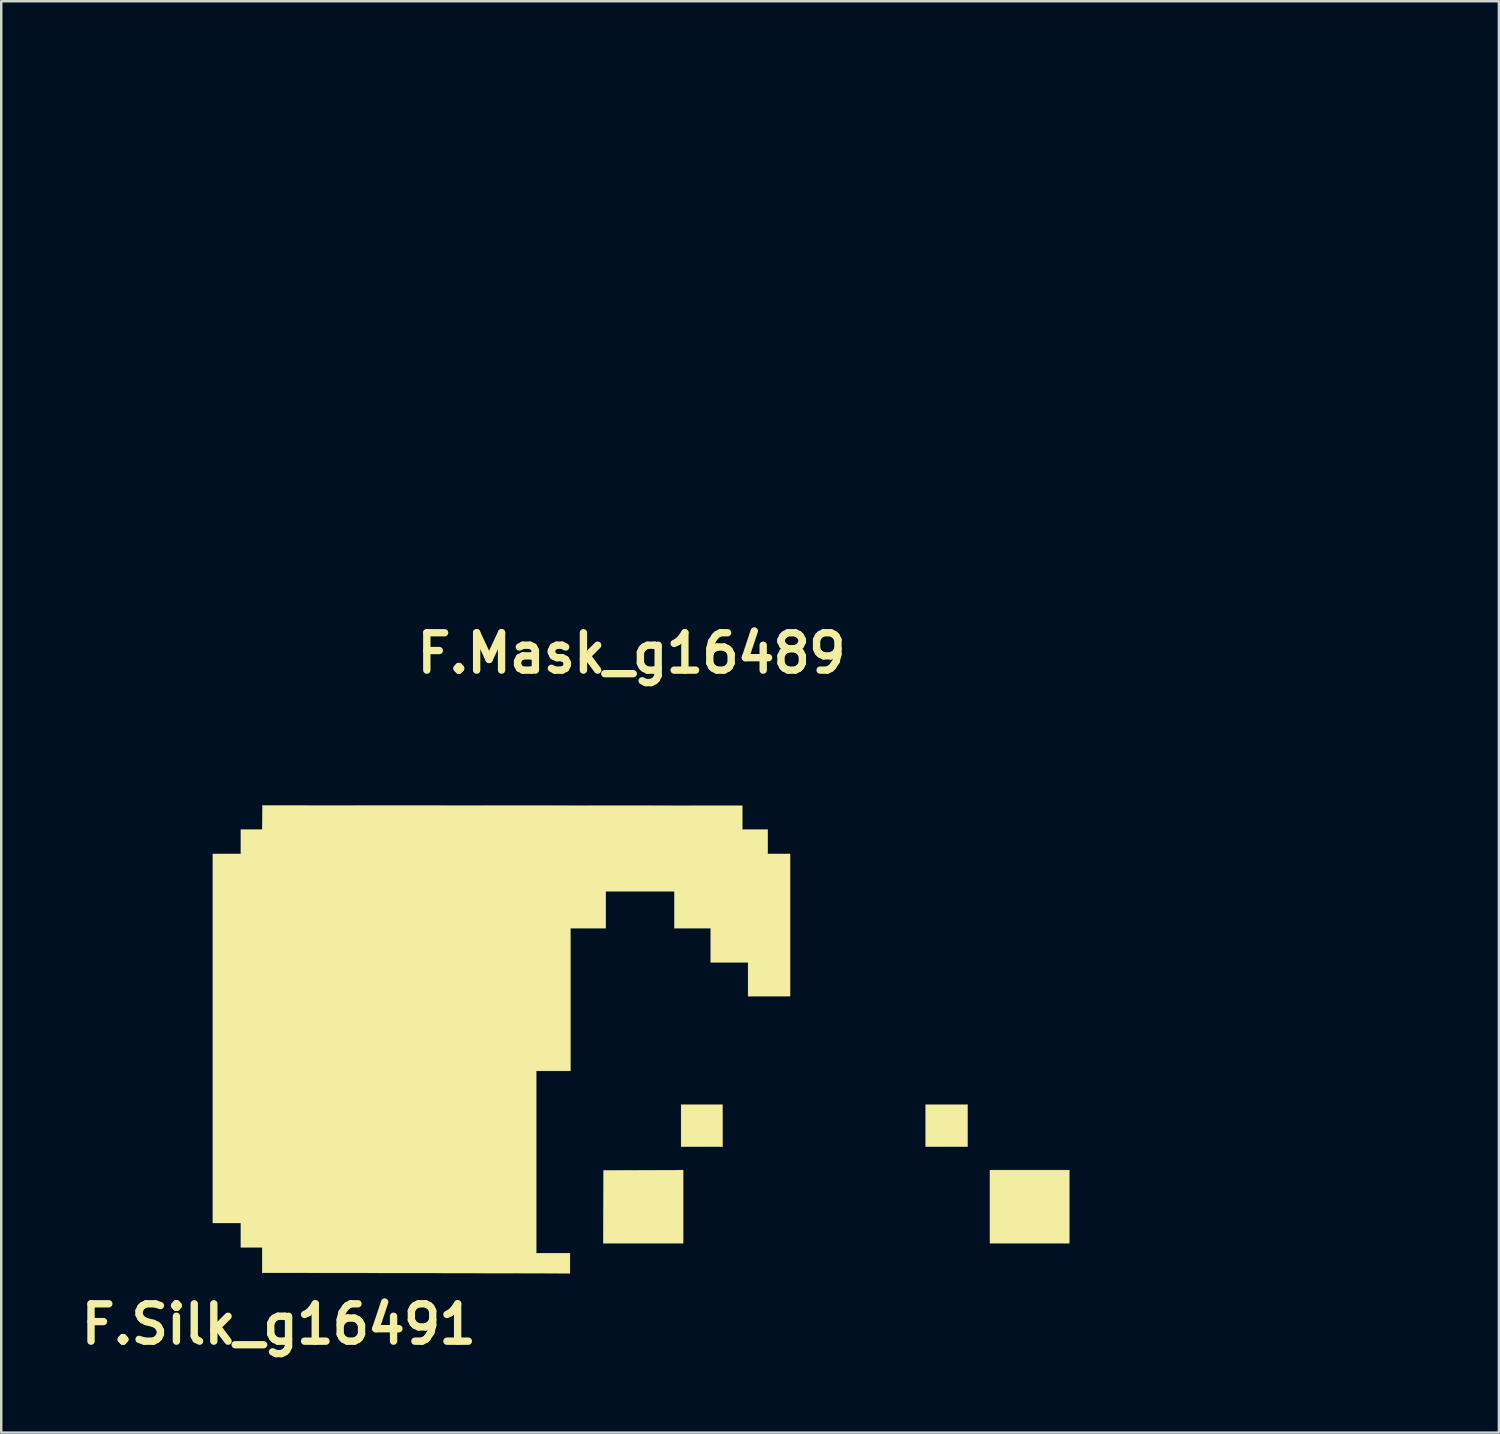
<source format=kicad_pcb>
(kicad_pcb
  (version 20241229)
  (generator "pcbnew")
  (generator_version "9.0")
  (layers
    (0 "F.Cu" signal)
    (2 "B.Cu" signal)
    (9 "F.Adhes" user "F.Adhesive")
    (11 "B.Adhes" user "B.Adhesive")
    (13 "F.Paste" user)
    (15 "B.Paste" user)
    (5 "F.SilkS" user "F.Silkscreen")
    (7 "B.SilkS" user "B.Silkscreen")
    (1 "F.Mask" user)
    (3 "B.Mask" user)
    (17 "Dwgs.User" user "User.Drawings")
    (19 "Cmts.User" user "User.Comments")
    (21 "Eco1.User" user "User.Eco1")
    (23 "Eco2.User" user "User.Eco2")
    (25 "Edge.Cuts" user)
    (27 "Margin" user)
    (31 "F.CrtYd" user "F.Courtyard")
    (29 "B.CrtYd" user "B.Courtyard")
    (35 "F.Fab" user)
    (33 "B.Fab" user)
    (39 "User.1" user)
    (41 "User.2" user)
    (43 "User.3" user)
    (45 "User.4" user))
  (footprint "F.Mask_g16489"
    (layer "F.Cu")
    (at 22.699 23.585)
    (property "Reference" "F.Mask_g16489" (at 0 0 0) (layer "F.SilkS") (effects (font (size 1.524 1.524) (thickness 0.3))))
    (attr through_hole)
    (fp_poly (pts (xy 20.489 3.196) (xy 17.335 3.196) (xy 17.335 1.587) (xy 20.489 1.587) (xy 20.489 3.196)) (stroke (width 0.01) (type solid)) (fill yes) (layer "F.Mask"))
    (fp_poly (pts (xy 28.067 3.196) (xy 24.913 3.196) (xy 24.913 1.587) (xy 28.067 1.587) (xy 28.067 3.196)) (stroke (width 0.01) (type solid)) (fill yes) (layer "F.Mask"))
    (fp_poly (pts (xy 6.646 3.106) (xy 6.58 3.119) (xy 6.548 3.122) (xy 6.478 3.124) (xy 6.372 3.126) (xy 6.235 3.127) (xy 6.069 3.129) (xy 5.88 3.13) (xy 5.669 3.131) (xy 5.441 3.132) (xy 5.199 3.133) (xy 5.024 3.133) (xy 3.535 3.133) (xy 3.535 1.545) (xy 6.646 1.545) (xy 6.646 3.106)) (stroke (width 0.01) (type solid)) (fill yes) (layer "F.Mask"))
    (fp_poly (pts (xy -2.371 1.545) (xy -1.058 1.545) (xy -1.058 1.9) (xy -1.057 2.042) (xy -1.055 2.211) (xy -1.052 2.391) (xy -1.048 2.567) (xy -1.044 2.683) (xy -1.03 3.111) (xy -4.078 3.111) (xy -4.092 2.06) (xy -4.095 1.833) (xy -4.098 1.601) (xy -4.1 1.373) (xy -4.102 1.154) (xy -4.104 0.952) (xy -4.105 0.774) (xy -4.106 0.625) (xy -4.106 0.536) (xy -4.106 0.064) (xy -2.371 0.064) (xy -2.371 1.545)) (stroke (width 0.01) (type solid)) (fill yes) (layer "F.Mask"))
    (fp_poly (pts (xy -5.551 -6.337) (xy -5.556 -5.472) (xy -6.482 -5.466) (xy -7.408 -5.461) (xy -7.408 -4.191) (xy -13.631 -4.191) (xy -13.631 -5.99) (xy -12.114 -5.99) (xy -12.1 -6.197) (xy -12.095 -6.29) (xy -12.091 -6.413) (xy -12.088 -6.553) (xy -12.087 -6.697) (xy -12.086 -6.776) (xy -12.086 -7.148) (xy -10.694 -7.162) (xy -10.445 -7.164) (xy -10.16 -7.167) (xy -9.846 -7.17) (xy -9.511 -7.172) (xy -9.161 -7.175) (xy -8.802 -7.178) (xy -8.443 -7.181) (xy -8.089 -7.184) (xy -7.748 -7.187) (xy -7.426 -7.189) (xy -7.424 -7.189) (xy -5.545 -7.203) (xy -5.551 -6.337)) (stroke (width 0.01) (type solid)) (fill yes) (layer "F.Mask"))
    (fp_poly (pts (xy 15.917 -14.668) (xy 17.505 -14.668) (xy 17.505 -13.377) (xy 19.029 -13.377) (xy 19.029 -11.917) (xy 24.807 -11.917) (xy 24.807 -13.695) (xy 26.374 -13.695) (xy 26.374 -14.499) (xy 28.046 -14.499) (xy 28.046 -16.044) (xy 30.776 -16.044) (xy 30.776 -10.075) (xy 32.364 -10.075) (xy 32.364 -3.154) (xy 30.797 -3.154) (xy 30.797 -1.672) (xy 29.062 -1.672) (xy 29.062 0.042) (xy 14.499 0.042) (xy 14.499 -1.672) (xy 13.102 -1.672) (xy 13.102 -3.154) (xy 11.853 -3.154) (xy 11.853 -4.424) (xy 17.653 -4.424) (xy 17.653 -1.884) (xy 27.347 -1.884) (xy 27.347 -4.424) (xy 26.12 -4.424) (xy 26.12 -3.069) (xy 23.114 -3.069) (xy 23.114 -4.424) (xy 21.886 -4.424) (xy 21.886 -3.069) (xy 18.881 -3.069) (xy 18.881 -4.424) (xy 17.653 -4.424) (xy 11.853 -4.424) (xy 11.853 -8.805) (xy 16.552 -8.805) (xy 16.552 -6.35) (xy 19.008 -6.35) (xy 19.008 -7.429) (xy 23.558 -7.429) (xy 23.558 -6.202) (xy 24.807 -6.202) (xy 24.807 -7.429) (xy 23.558 -7.429) (xy 19.008 -7.429) (xy 19.008 -8.805) (xy 26.522 -8.805) (xy 26.522 -6.35) (xy 28.935 -6.35) (xy 28.935 -8.805) (xy 26.522 -8.805) (xy 19.008 -8.805) (xy 16.552 -8.805) (xy 11.853 -8.805) (xy 11.853 -10.012) (xy 13.504 -10.012) (xy 13.504 -16.186) (xy 14.143 -16.2) (xy 14.342 -16.204) (xy 14.564 -16.207) (xy 14.793 -16.21) (xy 15.017 -16.212) (xy 15.222 -16.213) (xy 15.349 -16.214) (xy 15.917 -16.214) (xy 15.917 -14.668)) (stroke (width 0.01) (type solid)) (fill yes) (layer "F.Mask"))
    (fp_poly (pts (xy -5.551 -15.679) (xy -5.556 -8.689) (xy -8.821 -8.684) (xy -12.086 -8.678) (xy -12.086 -7.218) (xy -13.463 -7.218) (xy -13.75 -7.218) (xy -13.997 -7.217) (xy -14.206 -7.216) (xy -14.382 -7.215) (xy -14.525 -7.213) (xy -14.638 -7.211) (xy -14.724 -7.208) (xy -14.785 -7.204) (xy -14.825 -7.2) (xy -14.845 -7.195) (xy -14.849 -7.191) (xy -14.85 -7.166) (xy -14.852 -7.102) (xy -14.854 -7.003) (xy -14.855 -6.871) (xy -14.857 -6.711) (xy -14.859 -6.526) (xy -14.86 -6.319) (xy -14.862 -6.093) (xy -14.863 -5.853) (xy -14.864 -5.646) (xy -14.87 -4.127) (xy -14.007 -4.127) (xy -13.145 -4.128) (xy -13.145 -3.159) (xy -11.869 -3.146) (xy -11.648 -3.143) (xy -11.39 -3.141) (xy -11.102 -3.139) (xy -10.789 -3.137) (xy -10.458 -3.135) (xy -10.116 -3.133) (xy -9.766 -3.132) (xy -9.417 -3.13) (xy -9.074 -3.129) (xy -8.742 -3.128) (xy -8.599 -3.127) (xy -6.604 -3.122) (xy -6.604 -4.297) (xy -5.546 -4.297) (xy -5.546 2.731) (xy -12.277 2.731) (xy -12.277 1.291) (xy -15.896 1.291) (xy -15.896 2.731) (xy -19.6 2.731) (xy -19.6 1.291) (xy -22.694 1.291) (xy -22.681 -0.651) (xy -22.68 -0.821) (xy -22.678 -1.031) (xy -22.677 -1.28) (xy -22.676 -1.565) (xy -22.674 -1.884) (xy -22.672 -2.235) (xy -22.67 -2.616) (xy -22.668 -3.025) (xy -22.666 -3.461) (xy -22.664 -3.92) (xy -22.662 -4.402) (xy -22.66 -4.903) (xy -22.658 -5.422) (xy -22.655 -5.957) (xy -22.653 -6.506) (xy -22.651 -7.067) (xy -22.648 -7.637) (xy -22.646 -8.215) (xy -22.643 -8.799) (xy -22.641 -9.386) (xy -22.639 -9.975) (xy -22.638 -10.255) (xy -22.635 -10.849) (xy -22.633 -11.445) (xy -22.63 -12.04) (xy -22.628 -12.632) (xy -22.626 -13.22) (xy -22.623 -13.8) (xy -22.621 -14.372) (xy -22.618 -14.932) (xy -22.616 -15.478) (xy -22.614 -16.009) (xy -22.611 -16.522) (xy -22.609 -17.015) (xy -22.607 -17.486) (xy -22.605 -17.933) (xy -22.603 -18.353) (xy -22.601 -18.745) (xy -22.6 -19.105) (xy -22.598 -19.433) (xy -22.596 -19.726) (xy -22.595 -19.981) (xy -22.594 -20.197) (xy -22.594 -20.262) (xy -22.58 -22.606) (xy -16.743 -22.606) (xy -16.743 -21.124) (xy -12.171 -21.124) (xy -12.171 -22.669) (xy -5.546 -22.669) (xy -5.551 -15.679)) (stroke (width 0.01) (type solid)) (fill yes) (layer "F.Mask"))
    (fp_poly (pts (xy 22.416 -22.458) (xy 23.495 -22.458) (xy 23.495 -13.377) (xy 19.135 -13.377) (xy 19.135 -14.753) (xy 17.611 -14.753) (xy 17.611 -16.15) (xy 16.129 -16.15) (xy 16.129 -17.653) (xy 13.335 -17.653) (xy 13.335 -16.15) (xy 11.896 -16.15) (xy 11.896 -10.329) (xy 10.499 -10.329) (xy 10.499 -2.9) (xy 11.874 -2.9) (xy 11.874 -1.524) (xy 13.399 -1.524) (xy 13.399 -0.064) (xy 11.7 -0.069) (xy 11.532 -0.069) (xy 11.325 -0.07) (xy 11.08 -0.07) (xy 10.8 -0.071) (xy 10.486 -0.071) (xy 10.142 -0.072) (xy 9.77 -0.073) (xy 9.372 -0.073) (xy 8.95 -0.074) (xy 8.508 -0.074) (xy 8.046 -0.075) (xy 7.568 -0.076) (xy 7.076 -0.076) (xy 6.572 -0.077) (xy 6.058 -0.077) (xy 5.537 -0.078) (xy 5.012 -0.078) (xy 4.484 -0.079) (xy 3.956 -0.079) (xy 3.9 -0.079) (xy -2.201 -0.085) (xy -2.201 -1.355) (xy -4.269 -1.355) (xy -4.281 -5.44) (xy 1.82 -5.44) (xy 1.82 -4.17) (xy 3.048 -4.17) (xy 3.048 -5.44) (xy 1.82 -5.44) (xy -4.281 -5.44) (xy -4.283 -6.112) (xy -4.284 -6.584) (xy -4.285 -6.752) (xy 6.308 -6.752) (xy 6.308 -5.482) (xy 7.535 -5.482) (xy 7.535 -6.752) (xy 6.308 -6.752) (xy -4.285 -6.752) (xy -4.286 -7.094) (xy -4.287 -7.638) (xy -4.289 -8.212) (xy -4.29 -8.811) (xy -4.291 -9.017) (xy -0.296 -9.017) (xy -0.296 -7.768) (xy 0.931 -7.768) (xy 0.931 -9.017) (xy -0.296 -9.017) (xy -4.291 -9.017) (xy -4.292 -9.431) (xy -4.294 -10.069) (xy -4.295 -10.329) (xy 9.144 -10.329) (xy 9.144 -9.081) (xy 9.488 -9.081) (xy 9.633 -9.082) (xy 9.79 -9.084) (xy 9.943 -9.088) (xy 10.074 -9.093) (xy 10.102 -9.094) (xy 10.372 -9.108) (xy 10.372 -10.329) (xy 9.144 -10.329) (xy -4.295 -10.329) (xy -4.296 -10.719) (xy -4.297 -11.378) (xy -4.299 -11.853) (xy 2.201 -11.853) (xy 2.201 -10.583) (xy 3.429 -10.583) (xy 3.429 -11.853) (xy 2.201 -11.853) (xy -4.299 -11.853) (xy -4.299 -12.041) (xy -4.301 -12.704) (xy -4.302 -13.271) (xy 5.779 -13.271) (xy 7.028 -13.271) (xy 7.022 -13.891) (xy 7.017 -14.51) (xy 6.398 -14.515) (xy 5.779 -14.521) (xy 5.779 -13.271) (xy -4.302 -13.271) (xy -4.303 -13.364) (xy -4.304 -14.015) (xy -4.306 -14.653) (xy -4.307 -15.275) (xy -4.309 -15.875) (xy -4.31 -16.451) (xy -4.311 -16.663) (xy -4.314 -17.801) (xy 0.953 -17.801) (xy 0.953 -16.531) (xy 2.18 -16.531) (xy 2.18 -17.801) (xy 0.953 -17.801) (xy -4.314 -17.801) (xy -4.315 -18.457) (xy 17.484 -18.457) (xy 17.484 -17.23) (xy 18.711 -17.23) (xy 18.711 -18.457) (xy 17.484 -18.457) (xy -4.315 -18.457) (xy -4.319 -20.024) (xy 7.218 -20.024) (xy 7.218 -18.754) (xy 8.445 -18.754) (xy 8.445 -20.003) (xy 11.663 -20.003) (xy 11.663 -18.775) (xy 12.869 -18.775) (xy 12.869 -20.003) (xy 11.663 -20.003) (xy 8.445 -20.003) (xy 8.445 -20.024) (xy 7.218 -20.024) (xy -4.319 -20.024) (xy -4.325 -22.458) (xy -3.175 -22.458) (xy -3.175 -23.58) (xy 22.416 -23.58) (xy 22.416 -22.458)) (stroke (width 0.01) (type solid)) (fill yes) (layer "F.Mask")))
  (footprint "F.Silk_g16491"
    (layer "F.Cu")
    (at 8.317 50.947)
    (property "Reference" "F.Silk_g16491" (at 0 0 0) (layer "F.SilkS") (effects (font (size 1.524 1.524) (thickness 0.3))))
    (attr through_hole)
    (fp_poly (pts (xy 18.098 -7.239) (xy 16.404 -7.239) (xy 16.404 -8.954) (xy 18.098 -8.954) (xy 18.098 -7.239)) (stroke (width 0.01) (type solid)) (fill yes) (layer "F.SilkS"))
    (fp_poly (pts (xy 28.088 -7.239) (xy 26.374 -7.239) (xy 26.374 -8.954) (xy 28.088 -8.954) (xy 28.088 -7.239)) (stroke (width 0.01) (type solid)) (fill yes) (layer "F.SilkS"))
    (fp_poly (pts (xy 32.237 -3.302) (xy 28.998 -3.302) (xy 28.998 -6.287) (xy 32.237 -6.287) (xy 32.237 -3.302)) (stroke (width 0.01) (type solid)) (fill yes) (layer "F.SilkS"))
    (fp_poly (pts (xy 16.489 -3.302) (xy 13.229 -3.302) (xy 13.234 -4.789) (xy 13.24 -6.276) (xy 14.864 -6.281) (xy 16.489 -6.287) (xy 16.489 -3.302)) (stroke (width 0.01) (type solid)) (fill yes) (layer "F.SilkS"))
    (fp_poly (pts (xy 0.111 -21.156) (xy 0.186 -21.156) (xy 0.302 -21.156) (xy 0.457 -21.156) (xy 0.65 -21.156) (xy 0.879 -21.156) (xy 1.142 -21.155) (xy 1.439 -21.155) (xy 1.767 -21.155) (xy 2.126 -21.155) (xy 2.512 -21.155) (xy 2.926 -21.155) (xy 3.366 -21.154) (xy 3.829 -21.154) (xy 4.314 -21.154) (xy 4.82 -21.154) (xy 5.346 -21.153) (xy 5.889 -21.153) (xy 6.449 -21.153) (xy 7.023 -21.152) (xy 7.611 -21.152) (xy 8.21 -21.152) (xy 8.819 -21.151) (xy 9.436 -21.151) (xy 9.895 -21.151) (xy 18.902 -21.145) (xy 18.902 -20.172) (xy 19.939 -20.172) (xy 19.939 -19.177) (xy 20.849 -19.177) (xy 20.849 -13.377) (xy 19.135 -13.377) (xy 19.135 -14.753) (xy 17.611 -14.753) (xy 17.611 -16.15) (xy 16.129 -16.15) (xy 16.129 -17.653) (xy 13.335 -17.653) (xy 13.335 -16.15) (xy 11.896 -16.15) (xy 11.896 -10.329) (xy 10.499 -10.329) (xy 10.499 -2.9) (xy 11.874 -2.9) (xy 11.874 -2.074) (xy 10.948 -2.08) (xy 10.843 -2.08) (xy 10.698 -2.081) (xy 10.515 -2.081) (xy 10.296 -2.082) (xy 10.044 -2.082) (xy 9.76 -2.083) (xy 9.448 -2.084) (xy 9.108 -2.084) (xy 8.744 -2.085) (xy 8.358 -2.085) (xy 7.951 -2.086) (xy 7.527 -2.087) (xy 7.087 -2.087) (xy 6.633 -2.088) (xy 6.168 -2.089) (xy 5.694 -2.089) (xy 5.213 -2.09) (xy 4.728 -2.09) (xy 4.673 -2.09) (xy -0.677 -2.096) (xy -0.677 -3.133) (xy -1.545 -3.133) (xy -1.545 -4.128) (xy -2.688 -4.128) (xy -2.688 -19.177) (xy -1.545 -19.177) (xy -1.545 -20.172) (xy -0.678 -20.172) (xy -0.672 -20.664) (xy -0.667 -21.156) (xy 0.111 -21.156)) (stroke (width 0.01) (type solid)) (fill yes) (layer "F.SilkS")))
  (gr_rect
    (start -3 -3)
    (end 58.068 55.365)
    (stroke (width 0.1) (type default))
    (fill no)
    (layer "Edge.Cuts")))
</source>
